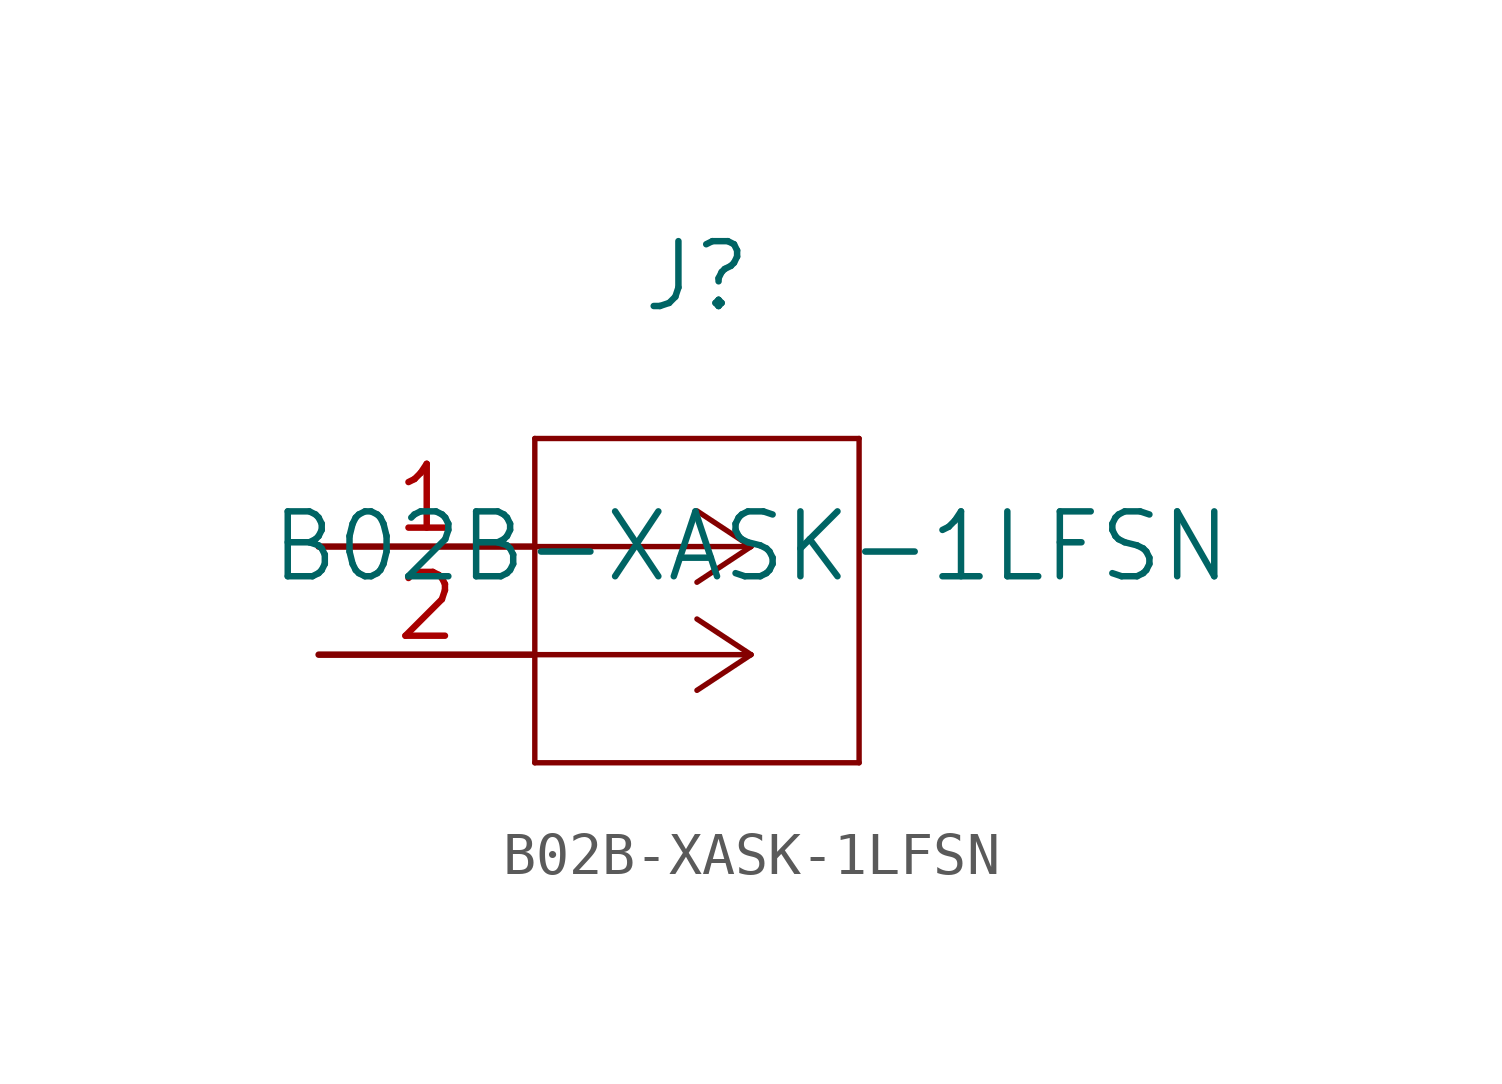
<source format=kicad_sym>
(kicad_symbol_lib
  (version 20211014)
  (generator kicad_symbol_editor)
  (symbol "B02B-XASK-1LFSN"
    (pin_names
      (offset 0.254) hide)
    (property "Reference" "J"
      (at 8.89 6.35 0)
      (effects (font (size 1.524 1.524))))
    (property "Value" "B02B-XASK-1LFSN"
      (at 10.16 0 0)
      (effects (font (size 1.524 1.524))))
    (property "Datasheet" ""
      (at 0 0 0)
      (effects (font (size 1.524 1.524))))
    (property "ki_locked" ""
      (at 0 0 0)
      (effects (font (size 1.27 1.27))))
    (symbol "B02B-XASK-1LFSN_1_1"
      (polyline (pts (xy 5.08 -5.08) (xy 12.7 -5.08)) (stroke (width 0.127) (type default) (color 0 0 0 0)) (fill (type none)))
      (polyline (pts (xy 5.08 2.54) (xy 5.08 -5.08)) (stroke (width 0.127) (type default) (color 0 0 0 0)) (fill (type none)))
      (polyline (pts (xy 10.16 -2.54) (xy 5.08 -2.54)) (stroke (width 0.127) (type default) (color 0 0 0 0)) (fill (type none)))
      (polyline (pts (xy 10.16 -2.54) (xy 8.89 -3.378)) (stroke (width 0.127) (type default) (color 0 0 0 0)) (fill (type none)))
      (polyline (pts (xy 10.16 -2.54) (xy 8.89 -1.702)) (stroke (width 0.127) (type default) (color 0 0 0 0)) (fill (type none)))
      (polyline (pts (xy 10.16 0) (xy 5.08 0)) (stroke (width 0.127) (type default) (color 0 0 0 0)) (fill (type none)))
      (polyline (pts (xy 10.16 0) (xy 8.89 -0.838)) (stroke (width 0.127) (type default) (color 0 0 0 0)) (fill (type none)))
      (polyline (pts (xy 10.16 0) (xy 8.89 0.838)) (stroke (width 0.127) (type default) (color 0 0 0 0)) (fill (type none)))
      (polyline (pts (xy 12.7 -5.08) (xy 12.7 2.54)) (stroke (width 0.127) (type default) (color 0 0 0 0)) (fill (type none)))
      (polyline (pts (xy 12.7 2.54) (xy 5.08 2.54)) (stroke (width 0.127) (type default) (color 0 0 0 0)) (fill (type none)))
      (pin unspecified line (at 0 0 0) (length 5.08) (name "1" (effects (font (size 1.499 1.499)))) (number "1" (effects (font (size 1.499 1.499)))))
      (pin unspecified line (at 0 -2.54 0) (length 5.08) (name "2" (effects (font (size 1.499 1.499)))) (number "2" (effects (font (size 1.499 1.499))))))))
</source>
